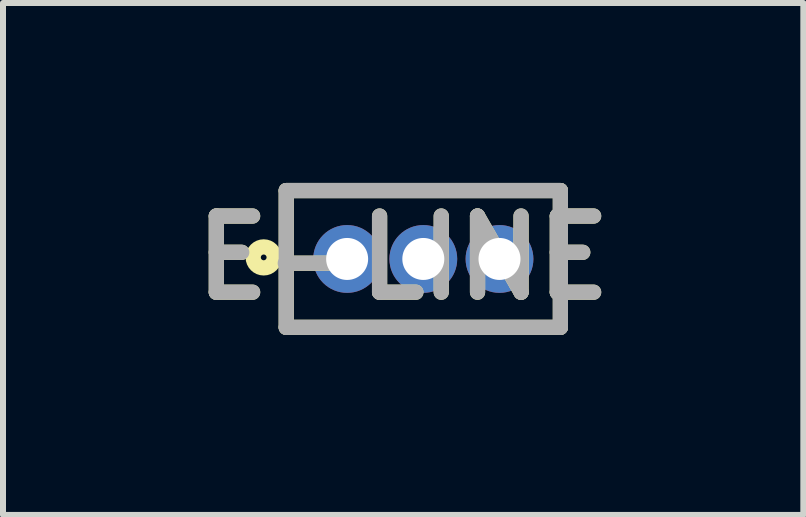
<source format=kicad_pcb>
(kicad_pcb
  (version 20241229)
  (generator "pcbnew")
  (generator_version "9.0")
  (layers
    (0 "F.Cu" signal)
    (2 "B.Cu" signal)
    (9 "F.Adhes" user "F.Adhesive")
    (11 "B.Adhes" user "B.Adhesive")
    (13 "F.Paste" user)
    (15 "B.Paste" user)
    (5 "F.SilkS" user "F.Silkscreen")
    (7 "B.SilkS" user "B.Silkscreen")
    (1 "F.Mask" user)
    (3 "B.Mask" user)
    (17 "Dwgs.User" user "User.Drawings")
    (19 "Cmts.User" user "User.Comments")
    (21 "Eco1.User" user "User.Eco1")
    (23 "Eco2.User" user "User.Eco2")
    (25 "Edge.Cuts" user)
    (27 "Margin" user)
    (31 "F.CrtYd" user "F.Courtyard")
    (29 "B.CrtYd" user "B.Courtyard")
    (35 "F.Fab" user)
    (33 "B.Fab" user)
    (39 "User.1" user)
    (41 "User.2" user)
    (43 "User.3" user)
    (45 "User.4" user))
  (footprint "E-LINE"
    (layer "F.Cu")
    (at 4.007 1.267)
    (property "Reference" "E-LINE" (at -0.336 -0.02 0) (layer "F.SilkS") (effects (font (size 1.27 1.27) (thickness 0.254))))
    (attr through_hole)
    (fp_line (start -2.285 -1.14) (end -2.285 1.14) (stroke (width 0.254) (type solid)) (layer "F.SilkS"))
    (fp_line (start -2.285 1.14) (end 2.285 1.14) (stroke (width 0.254) (type solid)) (layer "F.SilkS"))
    (fp_line (start 2.285 -1.14) (end -2.285 -1.14) (stroke (width 0.254) (type solid)) (layer "F.SilkS"))
    (fp_line (start 2.285 1.14) (end 2.285 -1.14) (stroke (width 0.254) (type solid)) (layer "F.SilkS"))
    (fp_circle (center -2.661 -0.026) (end -2.661 0.022) (stroke (width 0.254) (type solid)) (fill no) (layer "F.SilkS"))
    (fp_line (start -2.285 -1.14) (end 2.285 -1.14) (stroke (width 0.254) (type solid)) (layer "F.Fab"))
    (fp_line (start -2.285 1.14) (end -2.285 -1.14) (stroke (width 0.254) (type solid)) (layer "F.Fab"))
    (fp_line (start 2.285 -1.14) (end 2.285 1.14) (stroke (width 0.254) (type solid)) (layer "F.Fab"))
    (fp_line (start 2.285 1.14) (end -2.285 1.14) (stroke (width 0.254) (type solid)) (layer "F.Fab"))
    (fp_text user "${REFERENCE}" (at -0.336 -0.02 0) (layer "F.Fab") (effects (font (size 1.27 1.27) (thickness 0.254))))
    (pad "1" thru_hole circle (at -1.27 0) (size 1.13 1.13) (drill 0.7) (layers "*.Cu" "*.Mask"))
    (pad "2" thru_hole circle (at 0 0) (size 1.13 1.13) (drill 0.7) (layers "*.Cu" "*.Mask"))
    (pad "3" thru_hole circle (at 1.27 0) (size 1.13 1.13) (drill 0.7) (layers "*.Cu" "*.Mask")))
  (gr_rect
    (start -3 -3)
    (end 10.342 5.534)
    (stroke (width 0.1) (type default))
    (fill no)
    (layer "Edge.Cuts")))
</source>
